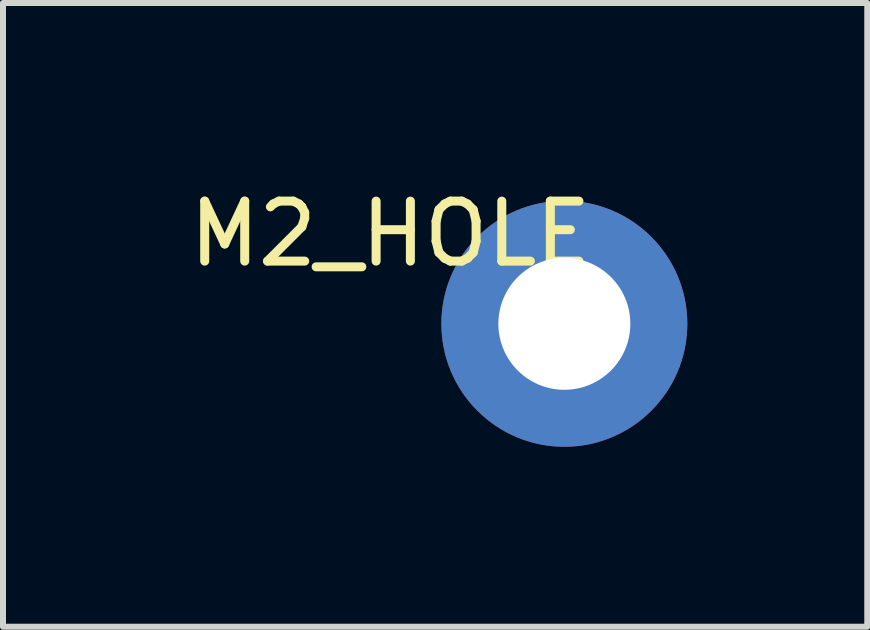
<source format=kicad_pcb>
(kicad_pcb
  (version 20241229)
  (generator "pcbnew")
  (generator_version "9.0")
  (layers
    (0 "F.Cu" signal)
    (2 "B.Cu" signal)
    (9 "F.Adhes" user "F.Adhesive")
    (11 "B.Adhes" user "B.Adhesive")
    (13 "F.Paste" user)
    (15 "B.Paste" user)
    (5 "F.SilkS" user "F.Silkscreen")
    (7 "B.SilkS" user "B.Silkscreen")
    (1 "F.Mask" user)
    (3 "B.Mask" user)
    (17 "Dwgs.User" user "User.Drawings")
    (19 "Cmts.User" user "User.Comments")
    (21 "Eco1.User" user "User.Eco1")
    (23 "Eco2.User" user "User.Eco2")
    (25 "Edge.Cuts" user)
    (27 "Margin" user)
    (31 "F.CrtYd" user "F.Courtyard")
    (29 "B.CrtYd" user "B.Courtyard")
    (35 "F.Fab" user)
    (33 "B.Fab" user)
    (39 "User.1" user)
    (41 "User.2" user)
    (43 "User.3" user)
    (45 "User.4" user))
  (footprint "M2_HOLE"
    (layer "F.Cu")
    (at 6.358 2.348)
    (property "Reference" "M2_HOLE" (at -2.9 -1.5 0) (layer "F.SilkS") (effects (font (size 1 1) (thickness 0.15))))
    (attr through_hole)
    (pad "1" thru_hole circle (at 0 0) (size 4.1 4.1) (drill 2.2) (layers "*.Cu" "*.Mask")))
  (gr_rect
    (start -3 -3)
    (end 11.408 7.398)
    (stroke (width 0.1) (type default))
    (fill no)
    (layer "Edge.Cuts")))
</source>
